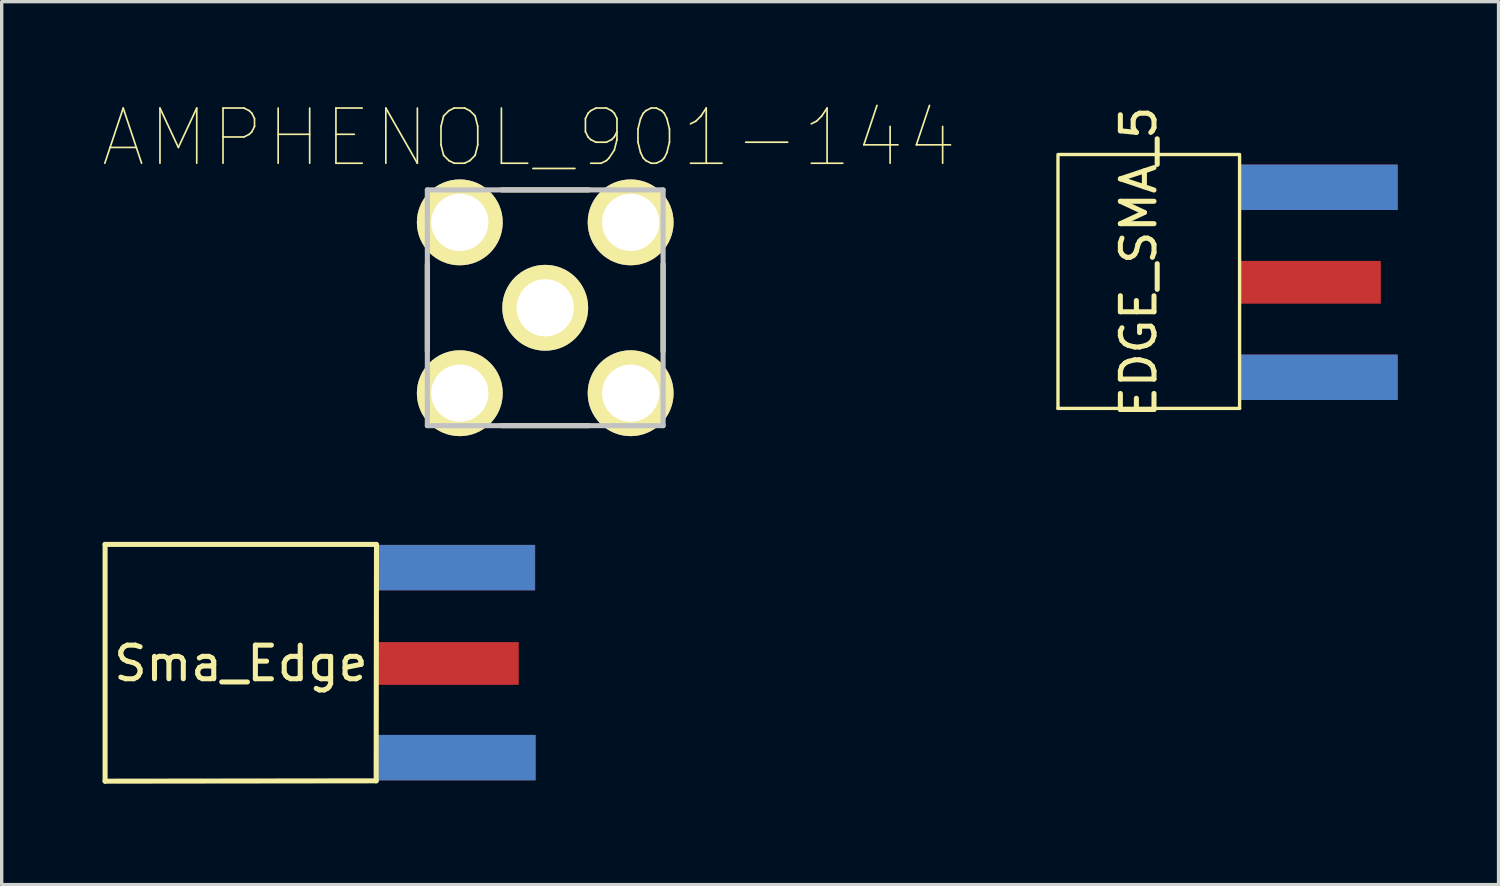
<source format=kicad_pcb>
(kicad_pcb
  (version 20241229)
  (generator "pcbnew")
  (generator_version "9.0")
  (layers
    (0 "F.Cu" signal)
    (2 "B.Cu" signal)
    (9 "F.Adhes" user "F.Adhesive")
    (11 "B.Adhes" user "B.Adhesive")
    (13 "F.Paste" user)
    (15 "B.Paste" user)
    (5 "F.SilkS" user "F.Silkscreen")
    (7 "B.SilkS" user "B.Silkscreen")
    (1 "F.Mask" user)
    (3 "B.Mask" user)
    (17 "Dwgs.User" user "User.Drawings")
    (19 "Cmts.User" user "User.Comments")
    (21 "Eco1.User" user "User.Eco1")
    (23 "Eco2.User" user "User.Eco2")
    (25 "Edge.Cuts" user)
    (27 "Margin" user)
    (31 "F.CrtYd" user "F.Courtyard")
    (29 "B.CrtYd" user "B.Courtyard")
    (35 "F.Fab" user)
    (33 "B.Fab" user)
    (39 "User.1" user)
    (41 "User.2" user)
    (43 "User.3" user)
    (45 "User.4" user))
  (footprint "EDGE_SMA_5"
    (layer "F.Cu")
    (at 33.809 1.844)
    (property "Reference" "EDGE_SMA_5" (at -3 2.9 90) (layer "F.SilkS") (effects (font (size 1 1) (thickness 0.15))))
    (attr through_hole)
    (fp_line (start -5.4 7.25) (end -5.4 -0.25) (stroke (width 0.1) (type solid)) (layer "F.SilkS"))
    (fp_line (start 0 -0.3) (end -5.4 -0.3) (stroke (width 0.1) (type solid)) (layer "F.SilkS"))
    (fp_line (start 0 -0.25) (end 0 7.25) (stroke (width 0.1) (type solid)) (layer "F.SilkS"))
    (fp_line (start 0 7.25) (end -5.4 7.25) (stroke (width 0.1) (type solid)) (layer "F.SilkS"))
    (pad "1" smd rect (at 2.1 3.5) (size 4.2 1.27) (layers "F.Cu" "F.Mask" "F.Paste"))
    (pad "2" smd rect (at 2.35 0.675) (size 4.7 1.35) (layers "F.Cu" "F.Mask" "F.Paste"))
    (pad "3" smd rect (at 2.35 0.675) (size 4.7 1.35) (layers "F.Mask" "B.Cu" "F.Paste"))
    (pad "4" smd rect (at 2.35 6.325) (size 4.7 1.35) (layers "F.Cu" "F.Mask" "F.Paste"))
    (pad "5" smd rect (at 2.35 6.325) (size 4.7 1.35) (layers "F.Mask" "B.Cu" "F.Paste")))
  (footprint "Sma_Edge"
    (layer "F.Cu")
    (at 8.175 13.168)
    (property "Reference" "Sma_Edge" (at -4.06 3.51 0) (layer "F.SilkS") (effects (font (size 1 1) (thickness 0.15))))
    (attr through_hole)
    (fp_line (start -8.1 -0.03) (end -0.03 -0.03) (stroke (width 0.15) (type solid)) (layer "F.SilkS"))
    (fp_line (start -8.1 7.01) (end -8.1 -0.03) (stroke (width 0.15) (type solid)) (layer "F.SilkS"))
    (fp_line (start -0.04 7) (end -8.1 7.01) (stroke (width 0.15) (type solid)) (layer "F.SilkS"))
    (fp_line (start -0.03 -0.02) (end -0.04 7) (stroke (width 0.15) (type solid)) (layer "F.SilkS"))
    (pad "1" smd rect (at 2.1 3.51) (size 4.2 1.27) (layers "F.Cu" "F.Mask" "F.Paste"))
    (pad "2" smd rect (at 2.34 0.66) (size 4.7 1.35) (layers "F.Cu" "F.Mask" "F.Paste"))
    (pad "3" smd rect (at 2.35 6.31) (size 4.7 1.35) (layers "F.Cu" "F.Mask" "F.Paste"))
    (pad "4" smd rect (at 2.35 6.31) (size 4.7 1.35) (layers "F.Mask" "B.Cu" "F.Paste"))
    (pad "5" smd rect (at 2.33 0.66) (size 4.7 1.35) (layers "F.Mask" "B.Cu" "F.Paste")))
  (footprint "AMPHENOL_901-144"
    (layer "F.Cu")
    (at 13.162 6.102)
    (property "Reference" "AMPHENOL_901-144" (at -0.483 -5.055 0) (layer "F.SilkS") (effects (font (size 1.64 1.64) (thickness 0.05))))
    (attr through_hole)
    (fp_line (start -3.505 -1.295) (end -3.505 1.295) (stroke (width 0.152) (type solid)) (layer "F.SilkS"))
    (fp_line (start -1.295 3.505) (end 1.295 3.505) (stroke (width 0.152) (type solid)) (layer "F.SilkS"))
    (fp_line (start 1.295 -3.505) (end -1.295 -3.505) (stroke (width 0.152) (type solid)) (layer "F.SilkS"))
    (fp_line (start 3.505 1.295) (end 3.505 -1.295) (stroke (width 0.152) (type solid)) (layer "F.SilkS"))
    (fp_line (start -3.505 -3.505) (end -3.505 3.505) (stroke (width 0.152) (type solid)) (layer "Dwgs.User"))
    (fp_line (start -3.505 3.505) (end 3.505 3.505) (stroke (width 0.152) (type solid)) (layer "Dwgs.User"))
    (fp_line (start 3.505 -3.505) (end -3.505 -3.505) (stroke (width 0.152) (type solid)) (layer "Dwgs.User"))
    (fp_line (start 3.505 3.505) (end 3.505 -3.505) (stroke (width 0.152) (type solid)) (layer "Dwgs.User"))
    (pad "1" thru_hole circle (at 0 0) (size 2.553 2.553) (drill 1.702) (layers "*.Cu" "*.Mask" "F.SilkS"))
    (pad "2" thru_hole circle (at -2.54 -2.54) (size 2.553 2.553) (drill 1.702) (layers "*.Cu" "*.Mask" "F.SilkS"))
    (pad "3" thru_hole circle (at -2.54 2.54) (size 2.553 2.553) (drill 1.702) (layers "*.Cu" "*.Mask" "F.SilkS"))
    (pad "4" thru_hole circle (at 2.54 2.54) (size 2.553 2.553) (drill 1.702) (layers "*.Cu" "*.Mask" "F.SilkS"))
    (pad "5" thru_hole circle (at 2.54 -2.54) (size 2.553 2.553) (drill 1.702) (layers "*.Cu" "*.Mask" "F.SilkS")))
  (gr_rect
    (start -3 -3)
    (end 41.509 23.253)
    (stroke (width 0.1) (type default))
    (fill no)
    (layer "Edge.Cuts")))
</source>
